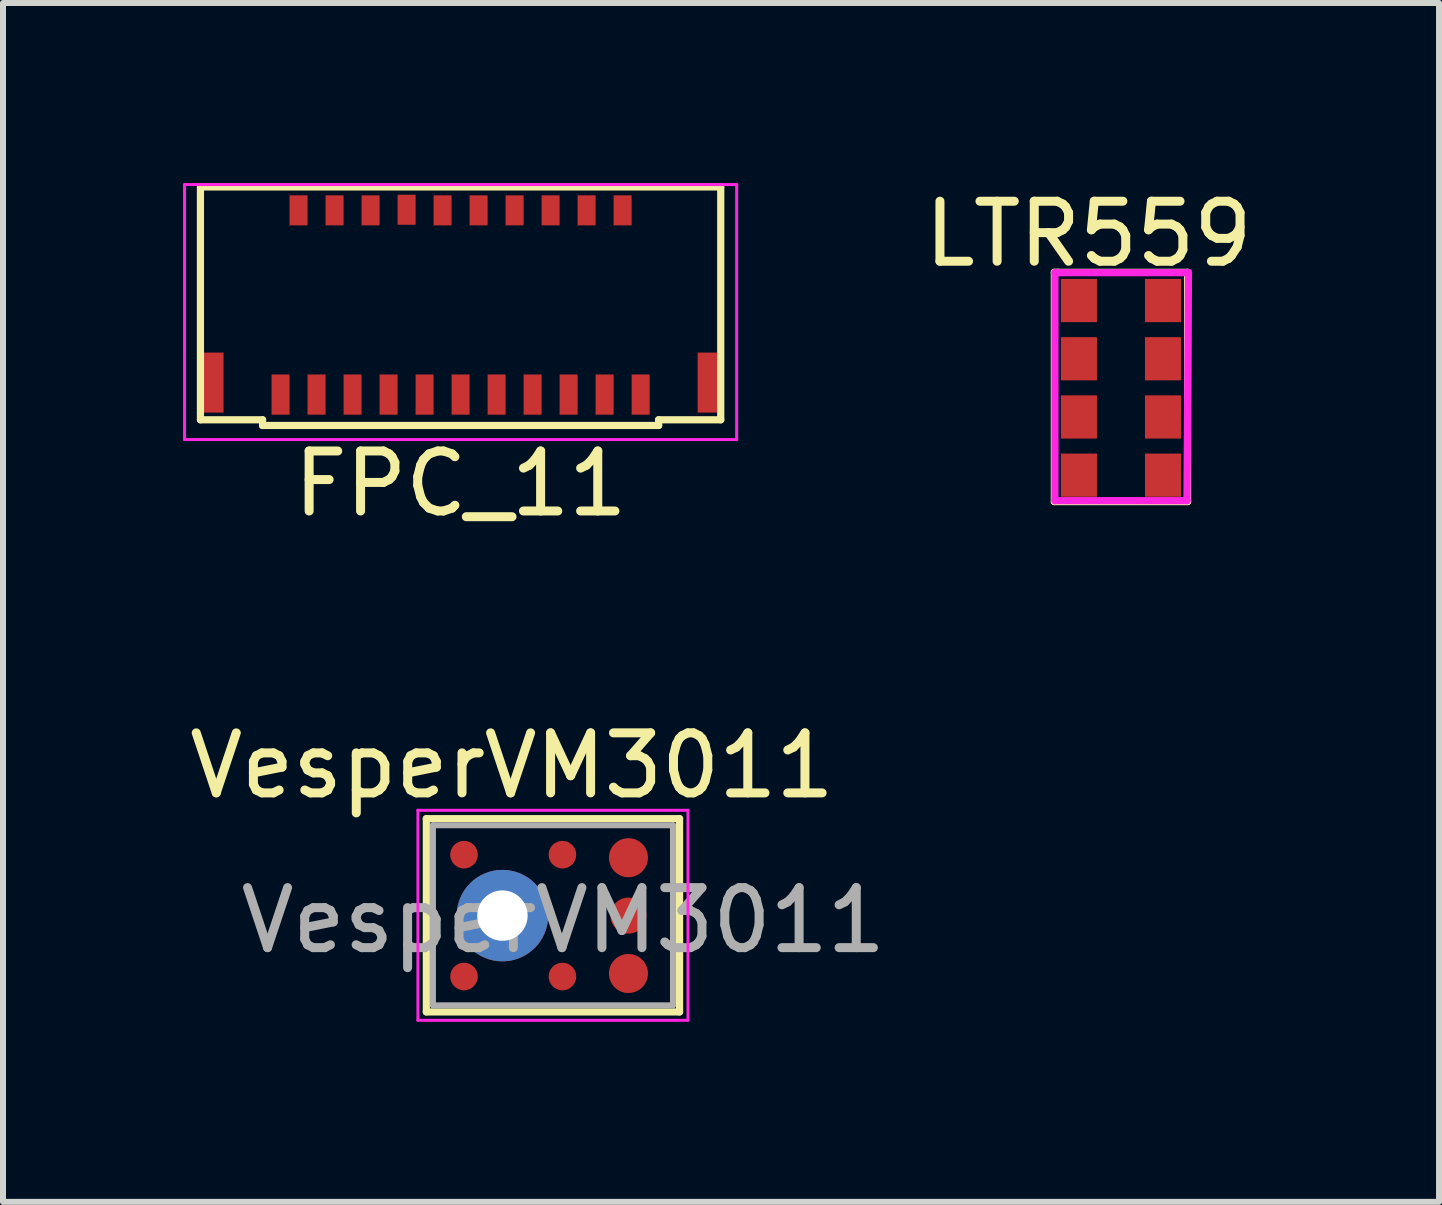
<source format=kicad_pcb>
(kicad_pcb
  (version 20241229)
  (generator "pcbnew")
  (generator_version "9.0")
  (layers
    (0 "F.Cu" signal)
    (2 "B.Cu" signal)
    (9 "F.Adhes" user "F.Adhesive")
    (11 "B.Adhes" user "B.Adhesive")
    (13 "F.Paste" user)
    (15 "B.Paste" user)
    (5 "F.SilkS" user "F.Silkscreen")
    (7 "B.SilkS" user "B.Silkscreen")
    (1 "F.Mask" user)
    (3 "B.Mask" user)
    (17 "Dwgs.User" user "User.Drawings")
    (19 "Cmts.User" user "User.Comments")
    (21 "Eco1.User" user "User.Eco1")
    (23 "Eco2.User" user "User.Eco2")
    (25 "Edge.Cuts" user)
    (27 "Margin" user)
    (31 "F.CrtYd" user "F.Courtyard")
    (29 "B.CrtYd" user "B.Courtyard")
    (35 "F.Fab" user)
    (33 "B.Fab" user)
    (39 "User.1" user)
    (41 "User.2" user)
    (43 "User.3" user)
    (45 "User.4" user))
  (footprint "FPC_11"
    (layer "F.Cu")
    (at 4.625 3.525)
    (property "Reference" "FPC_11" (at 0 1.485 0) (layer "F.SilkS") (effects (font (size 1 1) (thickness 0.15))))
    (attr smd)
    (fp_line (start -4.335 -3.46) (end 4.335 -3.46) (stroke (width 0.12) (type solid)) (layer "F.SilkS"))
    (fp_line (start -4.335 0.42) (end -4.335 -3.44) (stroke (width 0.12) (type solid)) (layer "F.SilkS"))
    (fp_line (start -3.3 0.42) (end -4.335 0.42) (stroke (width 0.12) (type solid)) (layer "F.SilkS"))
    (fp_line (start -3.3 0.515) (end -3.3 0.42) (stroke (width 0.12) (type solid)) (layer "F.SilkS"))
    (fp_line (start -3.3 0.515) (end 3.3 0.515) (stroke (width 0.12) (type solid)) (layer "F.SilkS"))
    (fp_line (start 3.3 0.42) (end 4.335 0.42) (stroke (width 0.12) (type solid)) (layer "F.SilkS"))
    (fp_line (start 3.3 0.515) (end 3.3 0.42) (stroke (width 0.12) (type solid)) (layer "F.SilkS"))
    (fp_line (start 4.335 0.42) (end 4.335 -3.44) (stroke (width 0.12) (type solid)) (layer "F.SilkS"))
    (fp_line (start -4.6 -3.5) (end -4.6 0.75) (stroke (width 0.05) (type solid)) (layer "F.CrtYd"))
    (fp_line (start -4.6 -3.5) (end 4.6 -3.5) (stroke (width 0.05) (type solid)) (layer "F.CrtYd"))
    (fp_line (start -4.6 0.75) (end 4.6 0.75) (stroke (width 0.05) (type solid)) (layer "F.CrtYd"))
    (fp_line (start 4.6 -3.5) (end 4.6 0.75) (stroke (width 0.05) (type solid)) (layer "F.CrtYd"))
    (pad "0" smd rect (at -4.125 -0.2) (size 0.35 1) (layers "F.Cu" "F.Mask" "F.Paste"))
    (pad "0" smd rect (at 4.125 -0.2) (size 0.35 1) (layers "F.Cu" "F.Mask" "F.Paste"))
    (pad "1" smd rect (at -3 0) (size 0.3 0.67) (layers "F.Cu" "F.Mask" "F.Paste"))
    (pad "2" smd rect (at -2.7 -3.07) (size 0.3 0.5) (layers "F.Cu" "F.Mask" "F.Paste"))
    (pad "3" smd rect (at -2.4 0) (size 0.3 0.67) (layers "F.Cu" "F.Mask" "F.Paste"))
    (pad "4" smd rect (at -2.1 -3.07) (size 0.3 0.5) (layers "F.Cu" "F.Mask" "F.Paste"))
    (pad "5" smd rect (at -1.8 0) (size 0.3 0.67) (layers "F.Cu" "F.Mask" "F.Paste"))
    (pad "6" smd rect (at -1.5 -3.07) (size 0.3 0.5) (layers "F.Cu" "F.Mask" "F.Paste"))
    (pad "7" smd rect (at -1.2 0) (size 0.3 0.67) (layers "F.Cu" "F.Mask" "F.Paste"))
    (pad "8" smd rect (at -0.9 -3.08) (size 0.3 0.5) (layers "F.Cu" "F.Mask" "F.Paste"))
    (pad "9" smd rect (at -0.6 0) (size 0.3 0.67) (layers "F.Cu" "F.Mask" "F.Paste"))
    (pad "10" smd rect (at -0.3 -3.07) (size 0.3 0.5) (layers "F.Cu" "F.Mask" "F.Paste"))
    (pad "11" smd rect (at 0 0) (size 0.3 0.67) (layers "F.Cu" "F.Mask" "F.Paste"))
    (pad "12" smd rect (at 0.3 -3.07) (size 0.3 0.5) (layers "F.Cu" "F.Mask" "F.Paste"))
    (pad "13" smd rect (at 0.6 0) (size 0.3 0.67) (layers "F.Cu" "F.Mask" "F.Paste"))
    (pad "14" smd rect (at 0.9 -3.07) (size 0.3 0.5) (layers "F.Cu" "F.Mask" "F.Paste"))
    (pad "15" smd rect (at 1.2 0) (size 0.3 0.67) (layers "F.Cu" "F.Mask" "F.Paste"))
    (pad "16" smd rect (at 1.5 -3.07) (size 0.3 0.5) (layers "F.Cu" "F.Mask" "F.Paste"))
    (pad "17" smd rect (at 1.8 0) (size 0.3 0.67) (layers "F.Cu" "F.Mask" "F.Paste"))
    (pad "18" smd rect (at 2.1 -3.07) (size 0.3 0.5) (layers "F.Cu" "F.Mask" "F.Paste"))
    (pad "19" smd rect (at 2.4 0) (size 0.3 0.67) (layers "F.Cu" "F.Mask" "F.Paste"))
    (pad "20" smd rect (at 2.7 -3.07) (size 0.3 0.5) (layers "F.Cu" "F.Mask" "F.Paste"))
    (pad "21" smd rect (at 3 0) (size 0.3 0.67) (layers "F.Cu" "F.Mask" "F.Paste")))
  (footprint "VesperVM3011"
    (layer "F.Cu")
    (at 5.482 12.207)
    (property "Reference" "VesperVM3011" (at 0 -2.5 0) (layer "F.SilkS") (effects (font (size 1 1) (thickness 0.15))))
    (attr smd)
    (fp_circle (center -0.16 0) (end 0.47 0) (stroke (width 0.3) (type solid)) (fill no) (layer "F.Mask"))
    (fp_line (start -1.428 -1.615) (end 2.792 -1.615) (stroke (width 0.12) (type solid)) (layer "F.SilkS"))
    (fp_line (start -1.428 1.605) (end -1.428 -1.615) (stroke (width 0.12) (type solid)) (layer "F.SilkS"))
    (fp_line (start 2.792 -1.615) (end 2.792 1.605) (stroke (width 0.12) (type solid)) (layer "F.SilkS"))
    (fp_line (start 2.792 1.605) (end -1.428 1.605) (stroke (width 0.12) (type solid)) (layer "F.SilkS"))
    (fp_line (start -1.568 -1.755) (end 2.932 -1.755) (stroke (width 0.05) (type solid)) (layer "F.CrtYd"))
    (fp_line (start -1.568 1.745) (end -1.568 -1.755) (stroke (width 0.05) (type solid)) (layer "F.CrtYd"))
    (fp_line (start 2.932 -1.755) (end 2.932 1.745) (stroke (width 0.05) (type solid)) (layer "F.CrtYd"))
    (fp_line (start 2.932 1.745) (end -1.568 1.745) (stroke (width 0.05) (type solid)) (layer "F.CrtYd"))
    (fp_line (start -1.318 -1.505) (end 2.682 -1.505) (stroke (width 0.1) (type solid)) (layer "F.Fab"))
    (fp_line (start -1.318 1.495) (end -1.318 -1.505) (stroke (width 0.1) (type solid)) (layer "F.Fab"))
    (fp_line (start 2.682 -1.505) (end 2.682 1.495) (stroke (width 0.1) (type solid)) (layer "F.Fab"))
    (fp_line (start 2.682 1.495) (end -1.318 1.495) (stroke (width 0.1) (type solid)) (layer "F.Fab"))
    (fp_text user "${REFERENCE}" (at 0.855 0.079 0) (layer "F.Fab") (effects (font (size 1 1) (thickness 0.15))))
    (pad "" np_thru_hole circle (at -0.16 0) (size 0.75 0.75) (drill 0.75) (layers "*.Cu" "*.Mask"))
    (pad "1" smd circle (at 1.94 -0.965 90) (size 0.65 0.65) (layers "F.Cu" "F.Mask"))
    (pad "2" smd circle (at 0.84 -1.015) (size 0.46 0.46) (layers "F.Cu" "F.Mask"))
    (pad "3" smd circle (at -0.8 -1.015) (size 0.46 0.46) (layers "F.Cu" "F.Mask"))
    (pad "4" smd circle (at -0.8 1.015) (size 0.46 0.46) (layers "F.Cu" "F.Mask"))
    (pad "5" smd circle (at 0.84 1.015) (size 0.46 0.46) (layers "F.Cu" "F.Mask"))
    (pad "6" smd circle (at 1.94 0.965) (size 0.65 0.65) (layers "F.Cu" "F.Mask"))
    (pad "7" smd circle (at 1.94 0) (size 0.6 0.6) (layers "F.Cu" "F.Mask"))
    (pad "8" thru_hole circle (at -0.16 0) (size 1.524 1.524) (drill 0.84) (layers "F.Cu" "F.Mask")))
  (footprint "LTR559"
    (layer "F.Cu")
    (at 15.629 3.418)
    (property "Reference" "LTR559" (at -0.54 -2.57 0) (layer "F.SilkS") (effects (font (size 1 1) (thickness 0.15))))
    (attr through_hole)
    (fp_line (start -1.11 -1.93) (end -1.11 1.89) (stroke (width 0.12) (type solid)) (layer "F.SilkS"))
    (fp_line (start -1.11 -1.93) (end -1.04 -1.93) (stroke (width 0.12) (type solid)) (layer "F.SilkS"))
    (fp_line (start 1.11 -1.93) (end -1.06 -1.93) (stroke (width 0.12) (type solid)) (layer "F.SilkS"))
    (fp_line (start 1.11 -1.78) (end 1.11 -1.93) (stroke (width 0.12) (type solid)) (layer "F.SilkS"))
    (fp_line (start 1.11 1.89) (end -1.11 1.89) (stroke (width 0.12) (type solid)) (layer "F.SilkS"))
    (fp_line (start 1.11 1.89) (end 1.11 -1.86) (stroke (width 0.12) (type solid)) (layer "F.SilkS"))
    (fp_line (start -1.1 -1.925) (end 1.125 -1.925) (stroke (width 0.12) (type solid)) (layer "F.CrtYd"))
    (fp_line (start -1.1 1.875) (end -1.1 -1.925) (stroke (width 0.12) (type solid)) (layer "F.CrtYd"))
    (fp_line (start 1.1 1.875) (end -1.1 1.875) (stroke (width 0.12) (type solid)) (layer "F.CrtYd"))
    (fp_line (start 1.125 -1.925) (end 1.1 1.875) (stroke (width 0.12) (type solid)) (layer "F.CrtYd"))
    (pad "1" smd rect (at 0.7 -1.46) (size 0.6 0.72) (layers "F.Cu" "F.Mask" "F.Paste"))
    (pad "2" smd rect (at 0.7 -0.49) (size 0.6 0.72) (layers "F.Cu" "F.Mask" "F.Paste"))
    (pad "3" smd rect (at 0.7 0.48) (size 0.6 0.72) (layers "F.Cu" "F.Mask" "F.Paste"))
    (pad "4" smd rect (at 0.7 1.45) (size 0.6 0.72) (layers "F.Cu" "F.Mask" "F.Paste"))
    (pad "5" smd rect (at -0.7 1.45) (size 0.6 0.72) (layers "F.Cu" "F.Mask" "F.Paste"))
    (pad "6" smd rect (at -0.7 0.48) (size 0.6 0.72) (layers "F.Cu" "F.Mask" "F.Paste"))
    (pad "7" smd rect (at -0.7 -0.49) (size 0.6 0.72) (layers "F.Cu" "F.Mask" "F.Paste"))
    (pad "8" smd rect (at -0.7 -1.46) (size 0.6 0.72) (layers "F.Cu" "F.Mask" "F.Paste")))
  (gr_rect
    (start -3 -3)
    (end 20.929 16.977)
    (stroke (width 0.1) (type default))
    (fill no)
    (layer "Edge.Cuts")))
</source>
